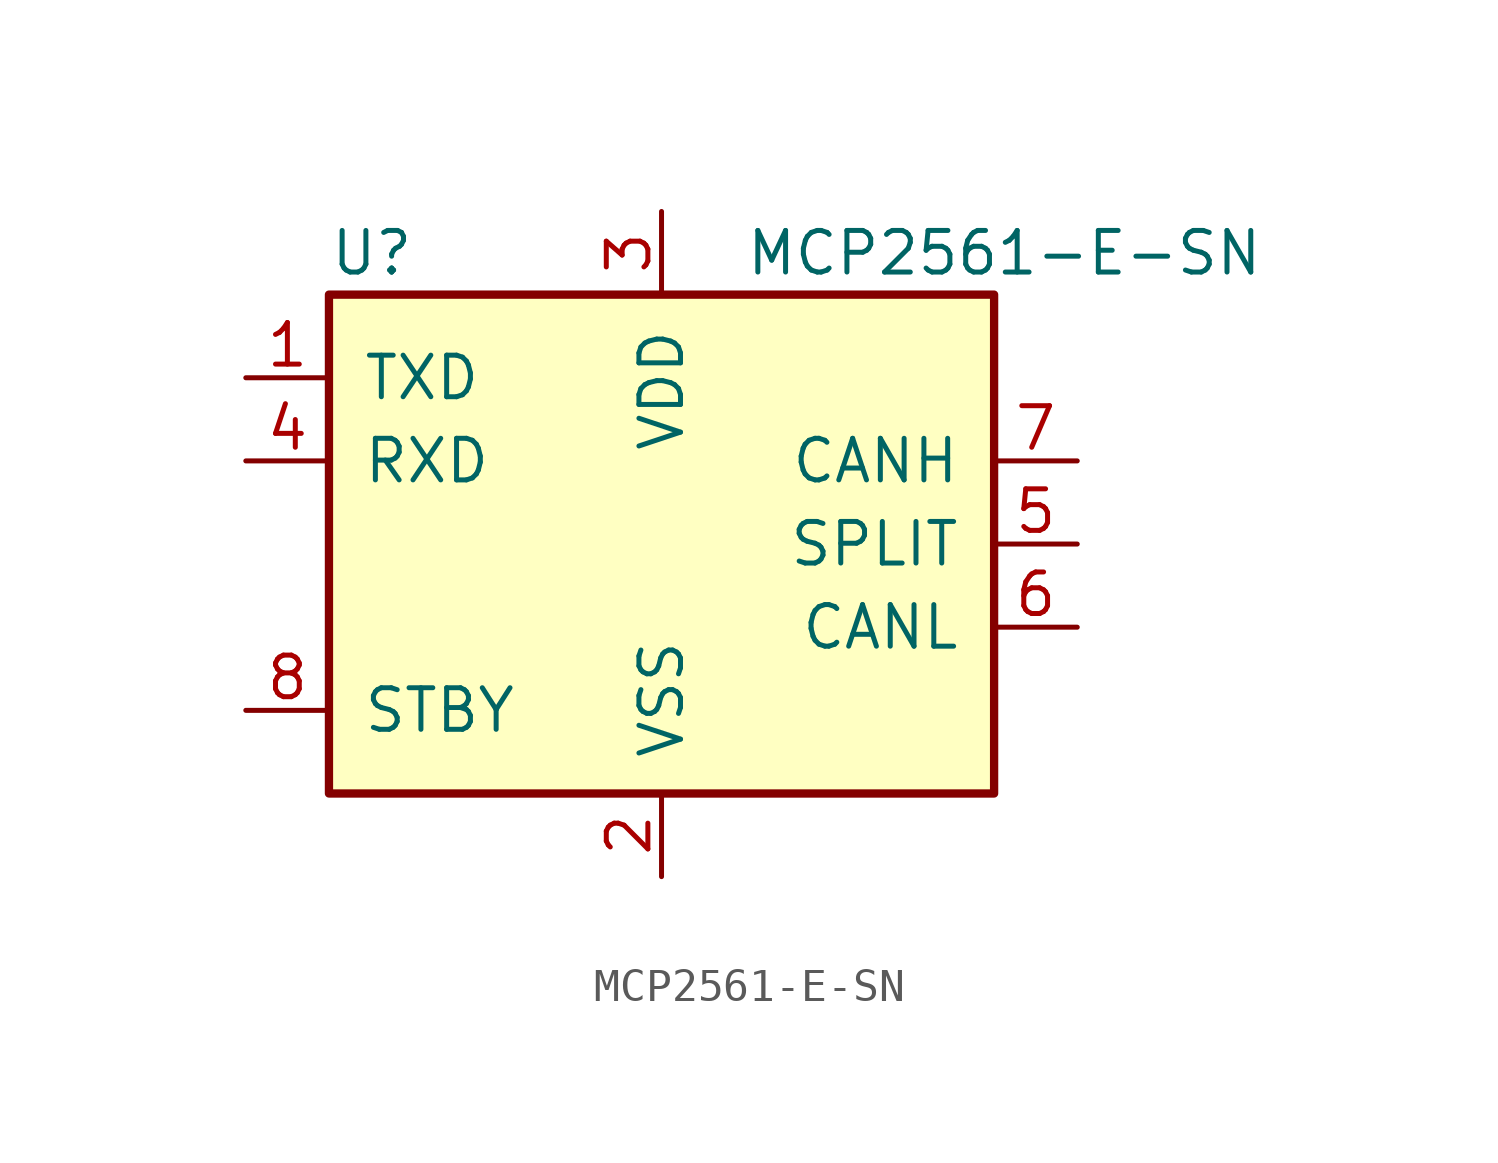
<source format=kicad_sym>
(kicad_symbol_lib
  (version 20241209)
  (generator "kicad_symbol_editor")
  (generator_version "9.0")
  (symbol "MCP2561-E-SN"
    (pin_names
      (offset 1.016))
    (property "Reference" "U"
      (at -10.16 8.89 0)
      (effects (font (size 1.27 1.27)) (justify left)))
    (property "Value" "MCP2561-E-SN"
      (at 2.54 8.89 0)
      (effects (font (size 1.27 1.27)) (justify left)))
    (symbol "MCP2561-E-SN_0_1"
      (rectangle (start -10.16 7.62) (end 10.16 -7.62) (stroke (width 0.254) (type default)) (fill (type background))))
    (symbol "MCP2561-E-SN_1_1"
      (pin input line (at -12.7 5.08 0) (length 2.54) (name "TXD" (effects (font (size 1.27 1.27)))) (number "1" (effects (font (size 1.27 1.27)))))
      (pin output line (at -12.7 2.54 0) (length 2.54) (name "RXD" (effects (font (size 1.27 1.27)))) (number "4" (effects (font (size 1.27 1.27)))))
      (pin input line (at -12.7 -5.08 0) (length 2.54) (name "STBY" (effects (font (size 1.27 1.27)))) (number "8" (effects (font (size 1.27 1.27)))))
      (pin power_in line (at 0 10.16 270) (length 2.54) (name "VDD" (effects (font (size 1.27 1.27)))) (number "3" (effects (font (size 1.27 1.27)))))
      (pin power_in line (at 0 -10.16 90) (length 2.54) (name "VSS" (effects (font (size 1.27 1.27)))) (number "2" (effects (font (size 1.27 1.27)))))
      (pin bidirectional line (at 12.7 2.54 180) (length 2.54) (name "CANH" (effects (font (size 1.27 1.27)))) (number "7" (effects (font (size 1.27 1.27)))))
      (pin passive line (at 12.7 0 180) (length 2.54) (name "SPLIT" (effects (font (size 1.27 1.27)))) (number "5" (effects (font (size 1.27 1.27)))))
      (pin bidirectional line (at 12.7 -2.54 180) (length 2.54) (name "CANL" (effects (font (size 1.27 1.27)))) (number "6" (effects (font (size 1.27 1.27))))))))
</source>
